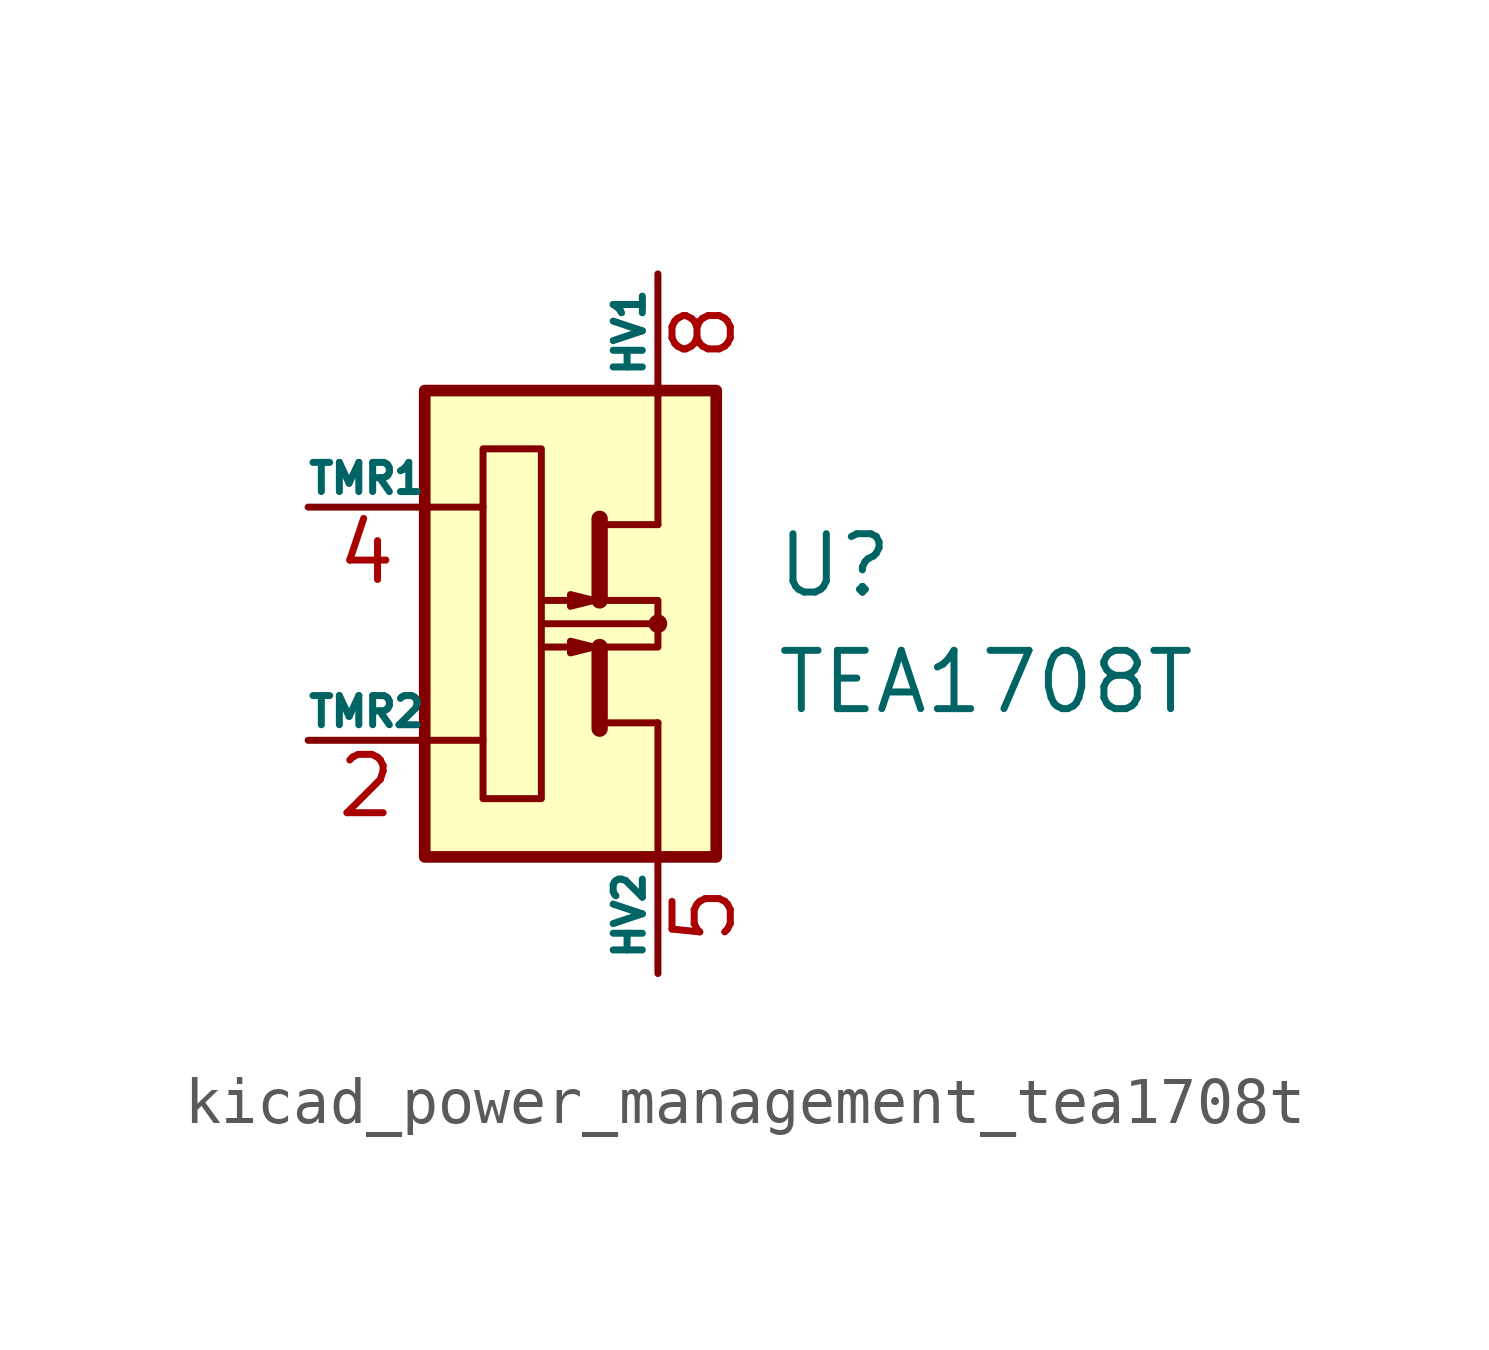
<source format=kicad_sym>
(kicad_symbol_lib
  (version 20220914)
  (generator kicad_symbol_editor)
  (symbol "kicad_power_management_tea1708t"
    (pin_names
      (offset 0))
    (property "Reference" "U"
      (at 5.08 1.27 0)
      (effects (font (size 1.27 1.27)) (justify left)))
    (property "Value" "TEA1708T"
      (at 5.08 -1.27 0)
      (effects (font (size 1.27 1.27)) (justify left)))
    (symbol "kicad_power_management_tea1708t_0_1"
      (rectangle (start -2.54 5.08) (end 3.81 -5.08) (stroke (width 0.254) (type default)) (fill (type background)))
      (rectangle (start -1.27 3.81) (end 0 -3.81) (stroke (width 0) (type default)) (fill (type none)))
      (polyline (pts (xy -2.54 2.54) (xy -1.27 2.54)) (stroke (width 0) (type default)) (fill (type none)))
      (polyline (pts (xy -1.27 -2.54) (xy -2.54 -2.54)) (stroke (width 0) (type default)) (fill (type none)))
      (polyline (pts (xy 1.27 -2.159) (xy 2.54 -2.159)) (stroke (width 0) (type default)) (fill (type none)))
      (polyline (pts (xy 1.27 2.159) (xy 2.54 2.159)) (stroke (width 0) (type default)) (fill (type none)))
      (polyline (pts (xy 2.413 0) (xy 0 0)) (stroke (width 0) (type default)) (fill (type none)))
      (polyline (pts (xy 2.54 2.159) (xy 2.54 5.08)) (stroke (width 0) (type default)) (fill (type none)))
      (polyline (pts (xy 1.27 -0.508) (xy 1.27 -2.286) (xy 1.27 -2.286)) (stroke (width 0.356) (type default)) (fill (type none)))
      (polyline (pts (xy 1.27 2.286) (xy 1.27 0.508) (xy 1.27 2.032)) (stroke (width 0.356) (type default)) (fill (type none)))
      (polyline (pts (xy 2.54 -2.159) (xy 2.54 -5.08) (xy 2.54 -3.175)) (stroke (width 0) (type default)) (fill (type none)))
      (polyline (pts (xy 0 0.508) (xy 2.54 0.508) (xy 2.54 -0.508) (xy 0 -0.508)) (stroke (width 0) (type default)) (fill (type none)))
      (circle (center 2.54 0) (radius 0.127) (stroke (width 0) (type default)) (fill (type none))))
    (symbol "kicad_power_management_tea1708t_1_1"
      (polyline (pts (xy 1.143 -0.508) (xy 0.635 -0.635) (xy 0.635 -0.381) (xy 1.143 -0.508)) (stroke (width 0) (type default)) (fill (type none)))
      (polyline (pts (xy 1.143 0.508) (xy 0.635 0.381) (xy 0.635 0.635) (xy 1.143 0.508)) (stroke (width 0) (type default)) (fill (type none)))
      (pin no_connect line (at -2.54 5.08 0) (length 2.54) hide (name "NC" (effects (font (size 1.27 1.27)))) (number "1" (effects (font (size 1.27 1.27)))))
      (pin passive line (at -5.08 -2.54 0) (length 2.54) (name "TMR2" (effects (font (size 0.635 0.635)))) (number "2" (effects (font (size 1.27 1.27)))))
      (pin no_connect line (at -2.54 2.54 0) (length 2.54) hide (name "NC" (effects (font (size 1.27 1.27)))) (number "3" (effects (font (size 1.27 1.27)))))
      (pin passive line (at -5.08 2.54 0) (length 2.54) (name "TMR1" (effects (font (size 0.635 0.635)))) (number "4" (effects (font (size 1.27 1.27)))))
      (pin passive line (at 2.54 -7.62 90) (length 2.54) (name "HV2" (effects (font (size 0.635 0.635)))) (number "5" (effects (font (size 1.27 1.27)))))
      (pin no_connect line (at -2.54 -2.54 0) (length 2.54) hide (name "NC" (effects (font (size 1.27 1.27)))) (number "6" (effects (font (size 1.27 1.27)))))
      (pin no_connect line (at -2.54 -5.08 0) (length 2.54) hide (name "NC" (effects (font (size 1.27 1.27)))) (number "7" (effects (font (size 1.27 1.27)))))
      (pin passive line (at 2.54 7.62 270) (length 2.54) (name "HV1" (effects (font (size 0.635 0.635)))) (number "8" (effects (font (size 1.27 1.27))))))))
</source>
